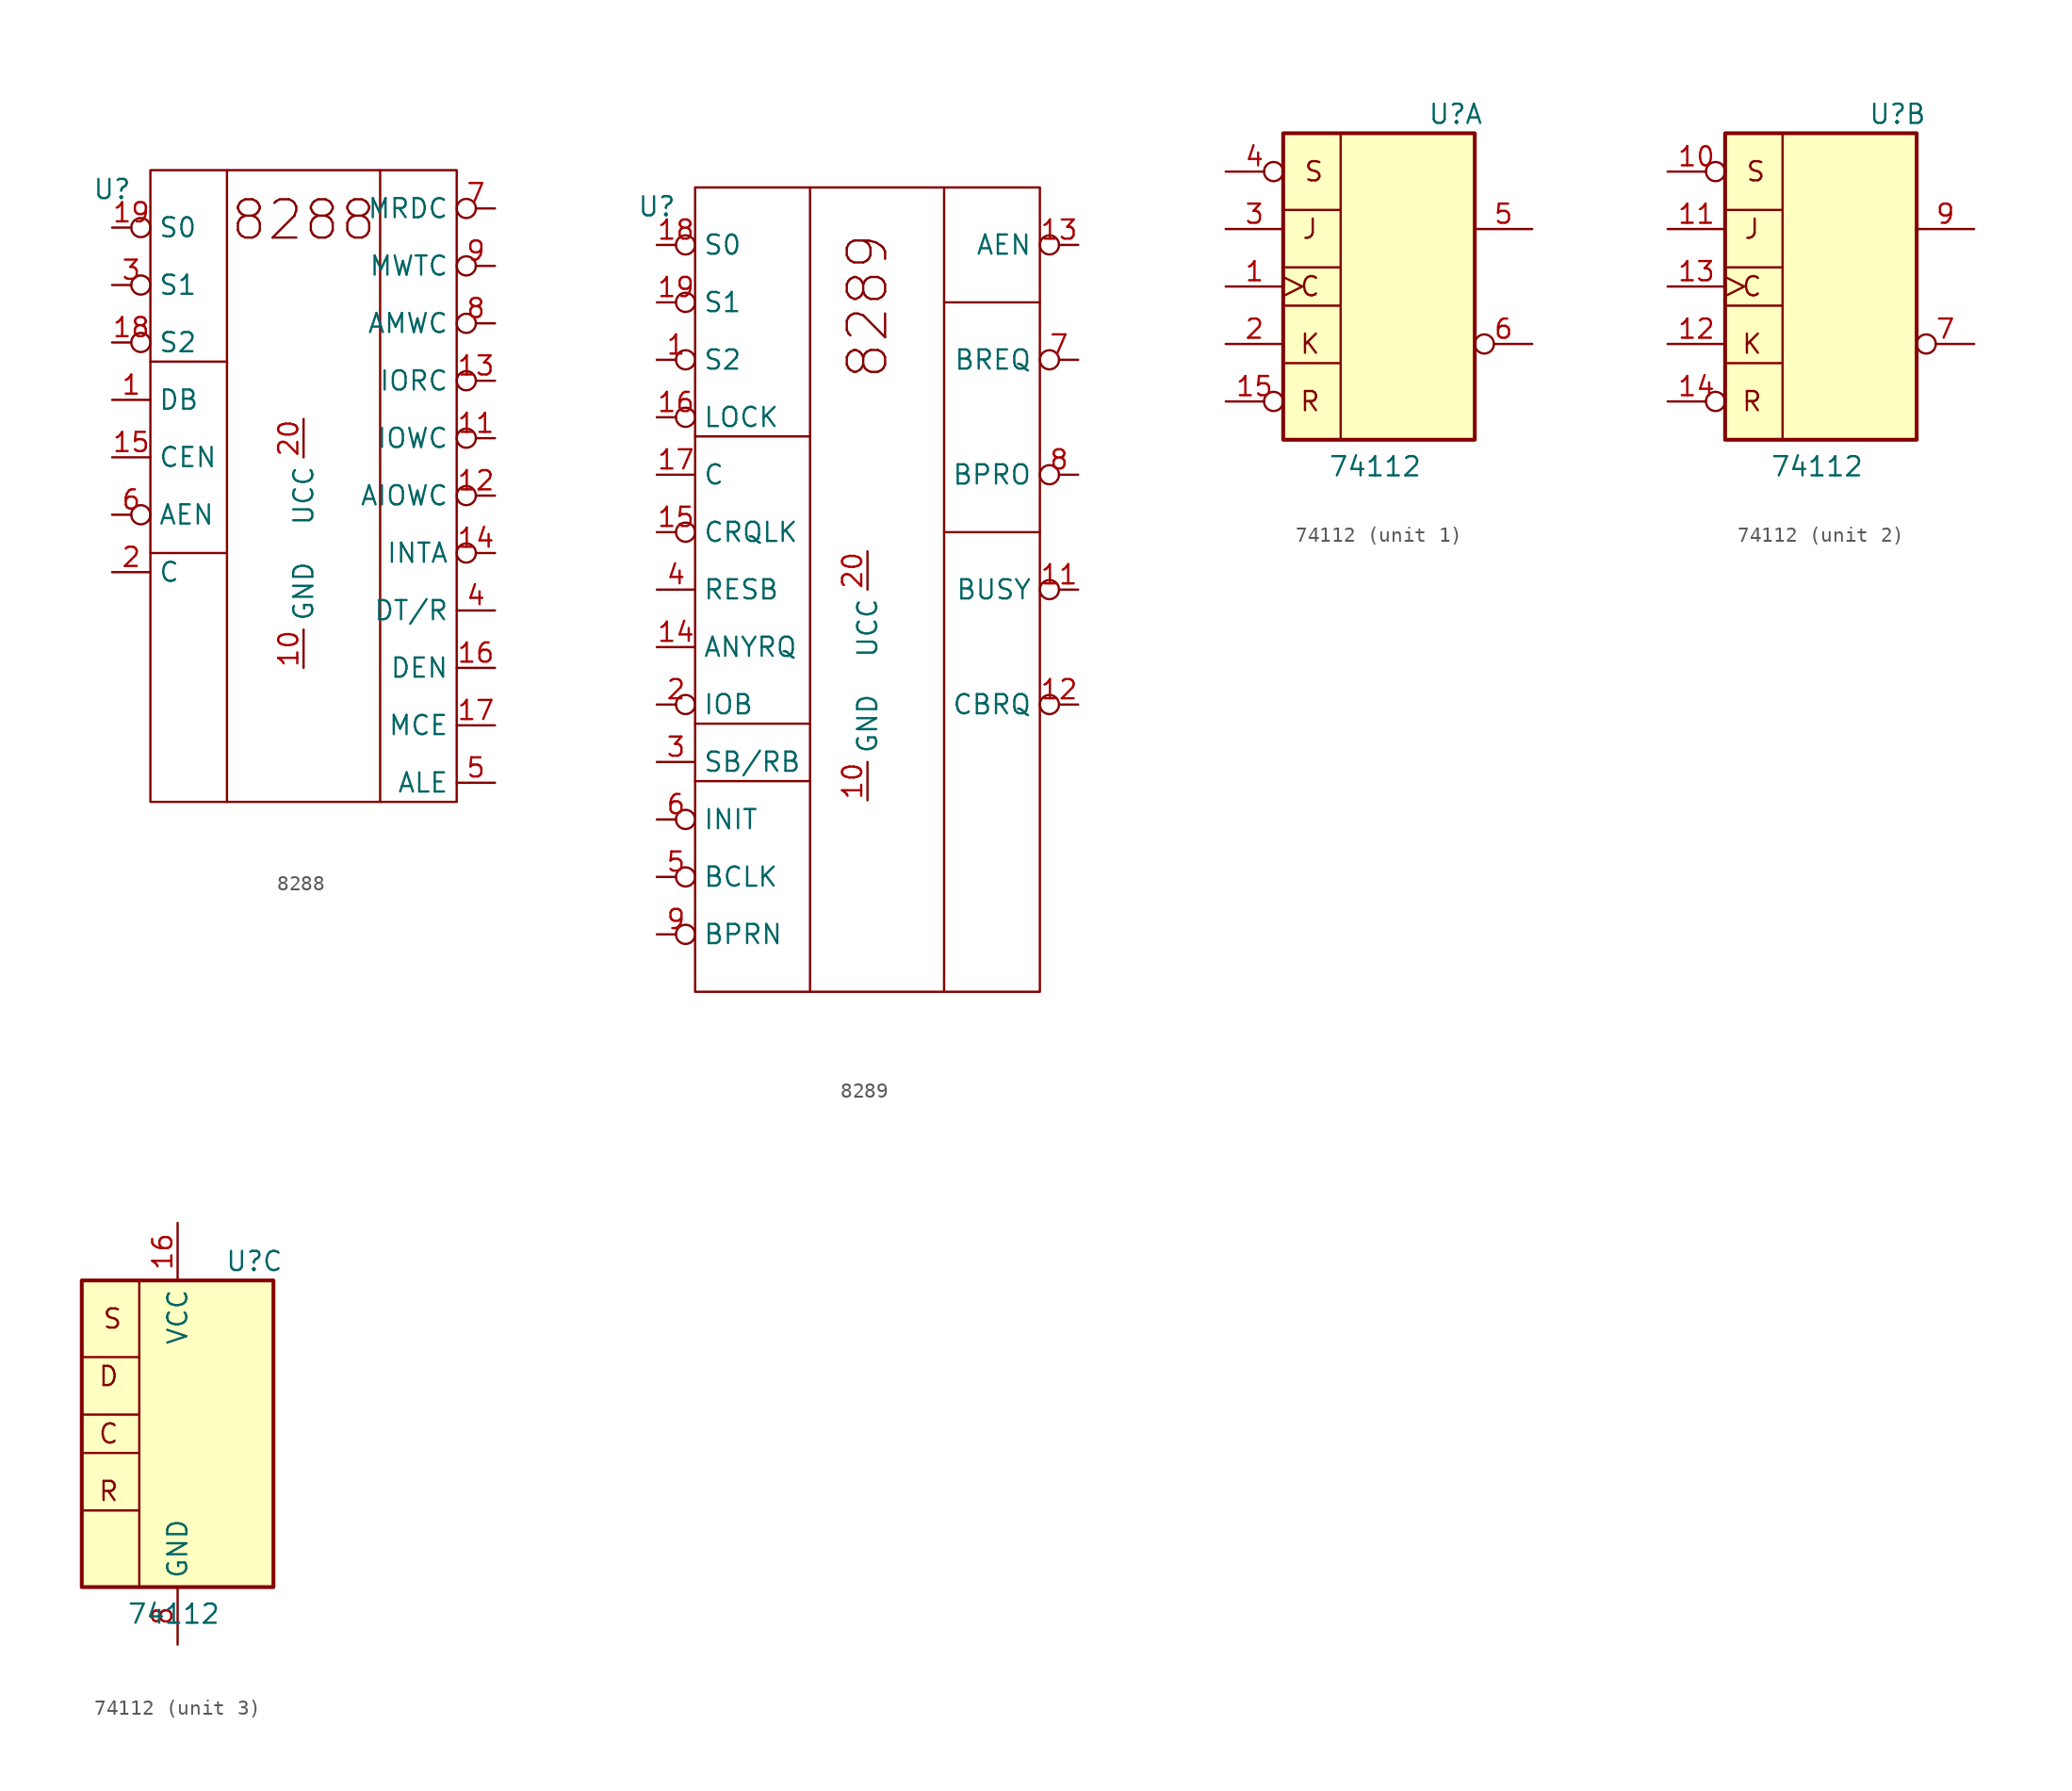
<source format=kicad_sym>
(kicad_symbol_lib
  (version 20231120)
  (generator "kicad_symbol_editor")
  (generator_version "8.0")
  (symbol "8288"
    (property "Reference" "U"
      (at 0 2.54 0)
      (effects (font (size 1.27 1.27))))
    (property "Value" ""
      (at 2.54 6.35 0)
      (effects (font (size 1.27 1.27))))
    (symbol "8288_0_1"
      (polyline (pts (xy 2.54 -21.59) (xy 7.62 -21.59)) (stroke (width 0) (type default)) (fill (type none)))
      (polyline (pts (xy 2.54 -8.89) (xy 7.62 -8.89)) (stroke (width 0) (type default)) (fill (type none)))
      (polyline (pts (xy 7.62 3.81) (xy 7.62 -38.1)) (stroke (width 0) (type default)) (fill (type none)))
      (polyline (pts (xy 17.78 3.81) (xy 17.78 -38.1)) (stroke (width 0) (type default)) (fill (type none)))
      (rectangle (start 2.54 3.81) (end 22.86 -38.1) (stroke (width 0) (type default)) (fill (type none))))
    (symbol "8288_1_1"
      (text "8288" (at 12.7 0.508 0) (effects (font (size 2.54 2.54))))
      (pin input line (at 0 -11.43 0) (length 2.54) (name "DB" (effects (font (size 1.27 1.27)))) (number "1" (effects (font (size 1.27 1.27)))))
      (pin power_in line (at 12.7 -29.21 90) (length 2.54) (name "GND" (effects (font (size 1.27 1.27)))) (number "10" (effects (font (size 1.27 1.27)))))
      (pin output inverted (at 25.4 -13.97 180) (length 2.54) (name "IOWC" (effects (font (size 1.27 1.27)))) (number "11" (effects (font (size 1.27 1.27)))))
      (pin bidirectional inverted (at 25.4 -17.78 180) (length 2.54) (name "AIOWC" (effects (font (size 1.27 1.27)))) (number "12" (effects (font (size 1.27 1.27)))))
      (pin output inverted (at 25.4 -10.16 180) (length 2.54) (name "IORC" (effects (font (size 1.27 1.27)))) (number "13" (effects (font (size 1.27 1.27)))))
      (pin output inverted (at 25.4 -21.59 180) (length 2.54) (name "INTA" (effects (font (size 1.27 1.27)))) (number "14" (effects (font (size 1.27 1.27)))))
      (pin input line (at 0 -15.24 0) (length 2.54) (name "CEN" (effects (font (size 1.27 1.27)))) (number "15" (effects (font (size 1.27 1.27)))))
      (pin output line (at 25.4 -29.21 180) (length 2.54) (name "DEN" (effects (font (size 1.27 1.27)))) (number "16" (effects (font (size 1.27 1.27)))))
      (pin output line (at 25.4 -33.02 180) (length 2.54) (name "MCE" (effects (font (size 1.27 1.27)))) (number "17" (effects (font (size 1.27 1.27)))))
      (pin input inverted (at 0 -7.62 0) (length 2.54) (name "S2" (effects (font (size 1.27 1.27)))) (number "18" (effects (font (size 1.27 1.27)))))
      (pin input inverted (at 0 0 0) (length 2.54) (name "S0" (effects (font (size 1.27 1.27)))) (number "19" (effects (font (size 1.27 1.27)))))
      (pin input line (at 0 -22.86 0) (length 2.54) (name "C" (effects (font (size 1.27 1.27)))) (number "2" (effects (font (size 1.27 1.27)))))
      (pin power_in line (at 12.7 -12.7 270) (length 2.54) (name "UCC" (effects (font (size 1.27 1.27)))) (number "20" (effects (font (size 1.27 1.27)))))
      (pin input inverted (at 0 -3.81 0) (length 2.54) (name "S1" (effects (font (size 1.27 1.27)))) (number "3" (effects (font (size 1.27 1.27)))))
      (pin output line (at 25.4 -25.4 180) (length 2.54) (name "DT/R" (effects (font (size 1.27 1.27)))) (number "4" (effects (font (size 1.27 1.27)))))
      (pin output line (at 25.4 -36.83 180) (length 2.54) (name "ALE" (effects (font (size 1.27 1.27)))) (number "5" (effects (font (size 1.27 1.27)))))
      (pin input inverted (at 0 -19.05 0) (length 2.54) (name "AEN" (effects (font (size 1.27 1.27)))) (number "6" (effects (font (size 1.27 1.27)))))
      (pin output inverted (at 25.4 1.27 180) (length 2.54) (name "MRDC" (effects (font (size 1.27 1.27)))) (number "7" (effects (font (size 1.27 1.27)))))
      (pin output inverted (at 25.4 -6.35 180) (length 2.54) (name "AMWC" (effects (font (size 1.27 1.27)))) (number "8" (effects (font (size 1.27 1.27)))))
      (pin output inverted (at 25.4 -2.54 180) (length 2.54) (name "MWTC" (effects (font (size 1.27 1.27)))) (number "9" (effects (font (size 1.27 1.27)))))))
  (symbol "8289"
    (property "Reference" "U"
      (at 0 2.54 0)
      (effects (font (size 1.27 1.27))))
    (property "Value" ""
      (at 2.54 6.35 0)
      (effects (font (size 1.27 1.27))))
    (symbol "8289_0_1"
      (polyline (pts (xy 2.54 -35.56) (xy 10.16 -35.56)) (stroke (width 0) (type default)) (fill (type none)))
      (polyline (pts (xy 2.54 -31.75) (xy 10.16 -31.75)) (stroke (width 0) (type default)) (fill (type none)))
      (polyline (pts (xy 2.54 -12.7) (xy 10.16 -12.7)) (stroke (width 0) (type default)) (fill (type none)))
      (polyline (pts (xy 10.16 3.81) (xy 10.16 -49.53)) (stroke (width 0) (type default)) (fill (type none)))
      (polyline (pts (xy 19.05 -19.05) (xy 25.4 -19.05)) (stroke (width 0) (type default)) (fill (type none)))
      (polyline (pts (xy 19.05 -3.81) (xy 25.4 -3.81)) (stroke (width 0) (type default)) (fill (type none)))
      (polyline (pts (xy 19.05 3.81) (xy 19.05 -49.53)) (stroke (width 0) (type default)) (fill (type none)))
      (rectangle (start 2.54 3.81) (end 25.4 -49.53) (stroke (width 0) (type default)) (fill (type none))))
    (symbol "8289_1_1"
      (text "8289" (at 13.97 -4.064 900) (effects (font (size 2.54 2.54))))
      (pin input inverted (at 0 -7.62 0) (length 2.54) (name "S2" (effects (font (size 1.27 1.27)))) (number "1" (effects (font (size 1.27 1.27)))))
      (pin power_in line (at 13.97 -36.83 90) (length 2.54) (name "GND" (effects (font (size 1.27 1.27)))) (number "10" (effects (font (size 1.27 1.27)))))
      (pin output inverted (at 27.94 -22.86 180) (length 2.54) (name "BUSY" (effects (font (size 1.27 1.27)))) (number "11" (effects (font (size 1.27 1.27)))))
      (pin output inverted (at 27.94 -30.48 180) (length 2.54) (name "CBRQ" (effects (font (size 1.27 1.27)))) (number "12" (effects (font (size 1.27 1.27)))))
      (pin output inverted (at 27.94 0 180) (length 2.54) (name "AEN" (effects (font (size 1.27 1.27)))) (number "13" (effects (font (size 1.27 1.27)))))
      (pin input line (at 0 -26.67 0) (length 2.54) (name "ANYRQ" (effects (font (size 1.27 1.27)))) (number "14" (effects (font (size 1.27 1.27)))))
      (pin input inverted (at 0 -19.05 0) (length 2.54) (name "CRQLK" (effects (font (size 1.27 1.27)))) (number "15" (effects (font (size 1.27 1.27)))))
      (pin input inverted (at 0 -11.43 0) (length 2.54) (name "LOCK" (effects (font (size 1.27 1.27)))) (number "16" (effects (font (size 1.27 1.27)))))
      (pin input line (at 0 -15.24 0) (length 2.54) (name "C" (effects (font (size 1.27 1.27)))) (number "17" (effects (font (size 1.27 1.27)))))
      (pin input inverted (at 0 0 0) (length 2.54) (name "S0" (effects (font (size 1.27 1.27)))) (number "18" (effects (font (size 1.27 1.27)))))
      (pin input inverted (at 0 -3.81 0) (length 2.54) (name "S1" (effects (font (size 1.27 1.27)))) (number "19" (effects (font (size 1.27 1.27)))))
      (pin input inverted (at 0 -30.48 0) (length 2.54) (name "IOB" (effects (font (size 1.27 1.27)))) (number "2" (effects (font (size 1.27 1.27)))))
      (pin power_in line (at 13.97 -20.32 270) (length 2.54) (name "UCC" (effects (font (size 1.27 1.27)))) (number "20" (effects (font (size 1.27 1.27)))))
      (pin input line (at 0 -34.29 0) (length 2.54) (name "SB/RB" (effects (font (size 1.27 1.27)))) (number "3" (effects (font (size 1.27 1.27)))))
      (pin input line (at 0 -22.86 0) (length 2.54) (name "RESB" (effects (font (size 1.27 1.27)))) (number "4" (effects (font (size 1.27 1.27)))))
      (pin input inverted (at 0 -41.91 0) (length 2.54) (name "BCLK" (effects (font (size 1.27 1.27)))) (number "5" (effects (font (size 1.27 1.27)))))
      (pin input inverted (at 0 -38.1 0) (length 2.54) (name "INIT" (effects (font (size 1.27 1.27)))) (number "6" (effects (font (size 1.27 1.27)))))
      (pin output inverted (at 27.94 -7.62 180) (length 2.54) (name "BREQ" (effects (font (size 1.27 1.27)))) (number "7" (effects (font (size 1.27 1.27)))))
      (pin output inverted (at 27.94 -15.24 180) (length 2.54) (name "BPRO" (effects (font (size 1.27 1.27)))) (number "8" (effects (font (size 1.27 1.27)))))
      (pin input inverted (at 0 -45.72 0) (length 2.54) (name "BPRN" (effects (font (size 1.27 1.27)))) (number "9" (effects (font (size 1.27 1.27)))))))
  (symbol "74112"
    (property "Reference" "U"
      (at 6.35 7.62 0)
      (effects (font (size 1.27 1.27))))
    (property "Value" "74112"
      (at 1.016 -15.748 0)
      (effects (font (size 1.27 1.27))))
    (property "ki_locked" ""
      (at 0 0 0)
      (effects (font (size 1.27 1.27))))
    (symbol "74112_0_1"
      (rectangle (start -5.08 6.35) (end 7.62 -13.97) (stroke (width 0.254) (type default)) (fill (type background)))
      (polyline (pts (xy -5.08 -8.89) (xy -1.27 -8.89)) (stroke (width 0) (type default)) (fill (type none)))
      (polyline (pts (xy -5.08 -5.08) (xy -1.27 -5.08)) (stroke (width 0) (type default)) (fill (type none)))
      (polyline (pts (xy -5.08 -2.54) (xy -1.27 -2.54)) (stroke (width 0) (type default)) (fill (type none)))
      (polyline (pts (xy -5.08 1.27) (xy -1.27 1.27)) (stroke (width 0) (type default)) (fill (type none)))
      (polyline (pts (xy -1.27 6.35) (xy -1.27 -13.97)) (stroke (width 0) (type default)) (fill (type none))))
    (symbol "74112_1_1"
      (text "C" (at -3.302 -3.81 0) (effects (font (size 1.27 1.27))))
      (text "J" (at -3.302 0 0) (effects (font (size 1.27 1.27))))
      (text "K" (at -3.302 -7.62 0) (effects (font (size 1.27 1.27))))
      (text "R" (at -3.302 -11.43 0) (effects (font (size 1.27 1.27))))
      (text "S" (at -3.048 3.81 0) (effects (font (size 1.27 1.27))))
      (pin input clock (at -8.89 -3.81 0) (length 3.81) (name "~" (effects (font (size 1.27 1.27)))) (number "1" (effects (font (size 1.27 1.27)))))
      (pin input inverted (at -8.89 -11.43 0) (length 3.81) (name "~" (effects (font (size 1.27 1.27)))) (number "15" (effects (font (size 1.27 1.27)))))
      (pin input line (at -8.89 -7.62 0) (length 3.81) (name "~" (effects (font (size 1.27 1.27)))) (number "2" (effects (font (size 1.27 1.27)))))
      (pin input line (at -8.89 0 0) (length 3.81) (name "~" (effects (font (size 1.27 1.27)))) (number "3" (effects (font (size 1.27 1.27)))))
      (pin input inverted (at -8.89 3.81 0) (length 3.81) (name "~" (effects (font (size 1.27 1.27)))) (number "4" (effects (font (size 1.27 1.27)))))
      (pin output line (at 11.43 0 180) (length 3.81) (name "~" (effects (font (size 1.27 1.27)))) (number "5" (effects (font (size 1.27 1.27)))))
      (pin output inverted (at 11.43 -7.62 180) (length 3.81) (name "~" (effects (font (size 1.27 1.27)))) (number "6" (effects (font (size 1.27 1.27))))))
    (symbol "74112_2_1"
      (text "C" (at -3.302 -3.81 0) (effects (font (size 1.27 1.27))))
      (text "J" (at -3.302 0 0) (effects (font (size 1.27 1.27))))
      (text "K" (at -3.302 -7.62 0) (effects (font (size 1.27 1.27))))
      (text "R" (at -3.302 -11.43 0) (effects (font (size 1.27 1.27))))
      (text "S" (at -3.048 3.81 0) (effects (font (size 1.27 1.27))))
      (pin input inverted (at -8.89 3.81 0) (length 3.81) (name "~" (effects (font (size 1.27 1.27)))) (number "10" (effects (font (size 1.27 1.27)))))
      (pin input line (at -8.89 0 0) (length 3.81) (name "~" (effects (font (size 1.27 1.27)))) (number "11" (effects (font (size 1.27 1.27)))))
      (pin input line (at -8.89 -7.62 0) (length 3.81) (name "~" (effects (font (size 1.27 1.27)))) (number "12" (effects (font (size 1.27 1.27)))))
      (pin input clock (at -8.89 -3.81 0) (length 3.81) (name "~" (effects (font (size 1.27 1.27)))) (number "13" (effects (font (size 1.27 1.27)))))
      (pin input inverted (at -8.89 -11.43 0) (length 3.81) (name "~" (effects (font (size 1.27 1.27)))) (number "14" (effects (font (size 1.27 1.27)))))
      (pin output inverted (at 11.43 -7.62 180) (length 3.81) (name "~" (effects (font (size 1.27 1.27)))) (number "7" (effects (font (size 1.27 1.27)))))
      (pin output line (at 11.43 0 180) (length 3.81) (name "~" (effects (font (size 1.27 1.27)))) (number "9" (effects (font (size 1.27 1.27))))))
    (symbol "74112_3_1"
      (text "C" (at -3.302 -3.81 0) (effects (font (size 1.27 1.27))))
      (text "D" (at -3.302 0 0) (effects (font (size 1.27 1.27))))
      (text "R" (at -3.302 -7.62 0) (effects (font (size 1.27 1.27))))
      (text "S" (at -3.048 3.81 0) (effects (font (size 1.27 1.27))))
      (pin power_in line (at 1.27 10.16 270) (length 3.81) (name "VCC" (effects (font (size 1.27 1.27)))) (number "16" (effects (font (size 1.27 1.27)))))
      (pin power_in line (at 1.27 -17.78 90) (length 3.81) (name "GND" (effects (font (size 1.27 1.27)))) (number "8" (effects (font (size 1.27 1.27))))))))
</source>
